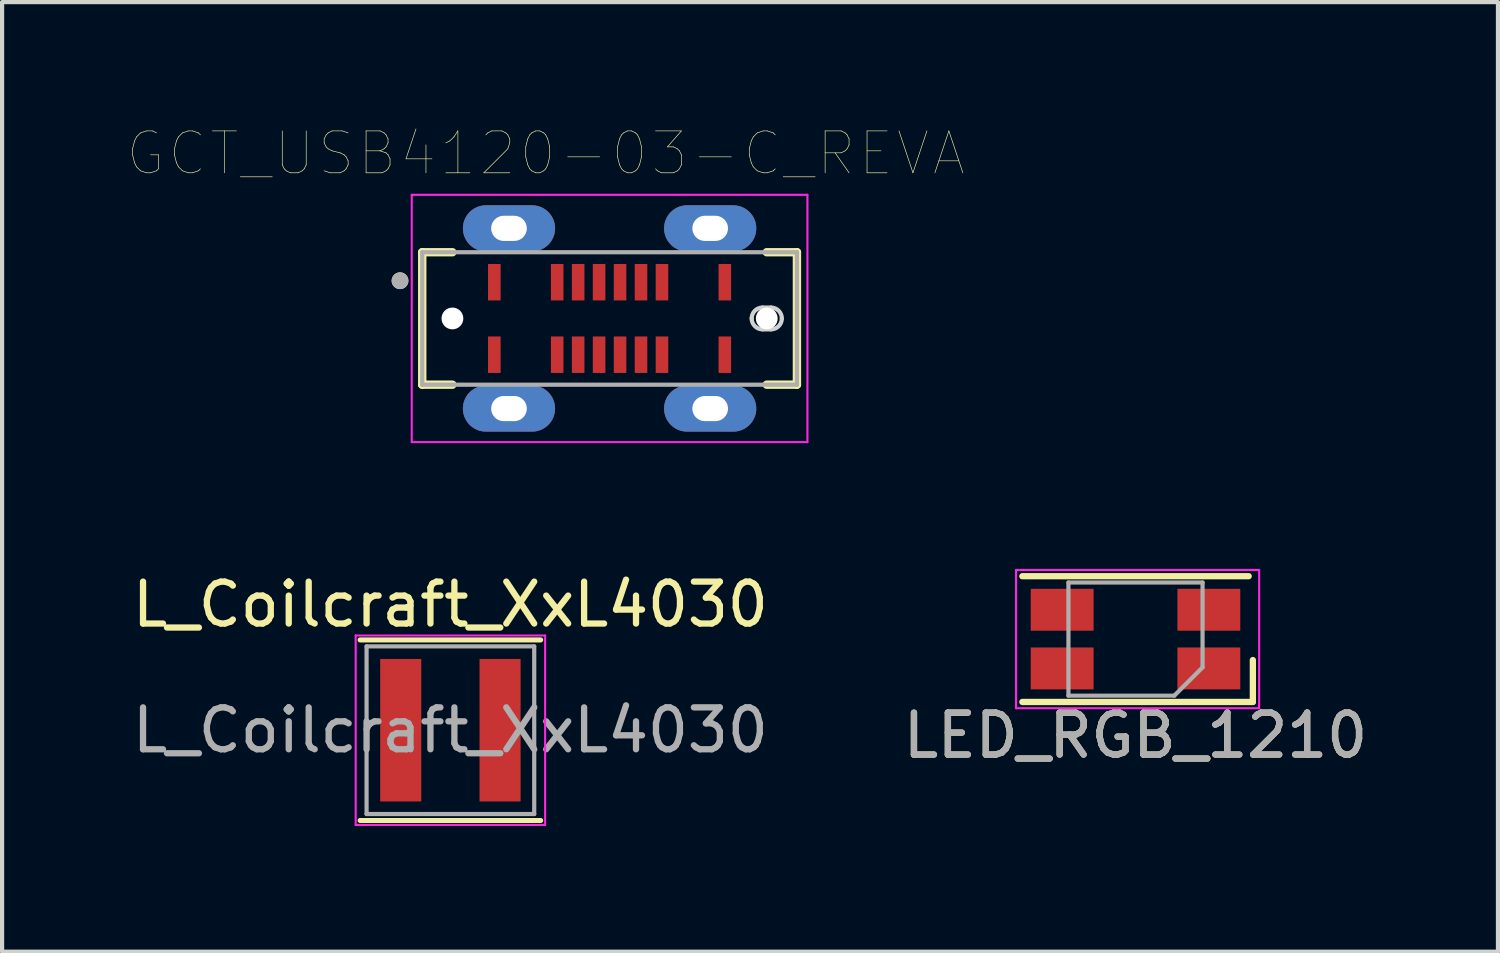
<source format=kicad_pcb>
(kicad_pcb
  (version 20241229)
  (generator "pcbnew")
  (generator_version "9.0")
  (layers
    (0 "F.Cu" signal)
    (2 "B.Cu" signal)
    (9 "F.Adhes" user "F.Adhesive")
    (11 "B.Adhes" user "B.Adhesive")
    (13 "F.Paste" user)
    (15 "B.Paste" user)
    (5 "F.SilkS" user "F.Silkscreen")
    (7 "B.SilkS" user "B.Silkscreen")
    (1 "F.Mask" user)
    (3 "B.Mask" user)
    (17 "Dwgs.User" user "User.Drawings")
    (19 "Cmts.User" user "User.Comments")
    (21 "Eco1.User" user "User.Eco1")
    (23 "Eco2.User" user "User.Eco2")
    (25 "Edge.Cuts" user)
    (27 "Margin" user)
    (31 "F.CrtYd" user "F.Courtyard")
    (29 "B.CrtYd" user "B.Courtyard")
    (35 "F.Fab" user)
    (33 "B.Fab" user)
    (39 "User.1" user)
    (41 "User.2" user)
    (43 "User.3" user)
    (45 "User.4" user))
  (footprint "GCT_USB4120-03-C_REVA"
    (layer "F.Cu")
    (at 11.494 4.548)
    (property "Reference" "GCT_USB4120-03-C_REVA" (at -1.524 -3.937 0) (layer "F.SilkS") (effects (font (size 1 1) (thickness 0.015))))
    (attr through_hole)
    (fp_line (start -4.47 -1.58) (end -4.47 1.58) (stroke (width 0.2) (type solid)) (layer "F.SilkS"))
    (fp_line (start -4.47 1.58) (end -3.75 1.58) (stroke (width 0.2) (type solid)) (layer "F.SilkS"))
    (fp_line (start -3.75 -1.58) (end -4.47 -1.58) (stroke (width 0.2) (type solid)) (layer "F.SilkS"))
    (fp_line (start 3.75 -1.58) (end 4.47 -1.58) (stroke (width 0.2) (type solid)) (layer "F.SilkS"))
    (fp_line (start 4.47 -1.58) (end 4.47 1.58) (stroke (width 0.2) (type solid)) (layer "F.SilkS"))
    (fp_line (start 4.47 1.58) (end 3.75 1.58) (stroke (width 0.2) (type solid)) (layer "F.SilkS"))
    (fp_circle (center -5 -0.9) (end -4.9 -0.9) (stroke (width 0.2) (type solid)) (fill no) (layer "F.SilkS"))
    (fp_line (start 3.65 -0.26) (end 3.85 -0.26) (stroke (width 0.1) (type solid)) (layer "Edge.Cuts"))
    (fp_line (start 3.85 0.26) (end 3.65 0.26) (stroke (width 0.1) (type solid)) (layer "Edge.Cuts"))
    (fp_arc (start 3.39 0) (mid 3.466152 -0.183848) (end 3.65 -0.26) (stroke (width 0.1) (type solid)) (layer "Edge.Cuts"))
    (fp_arc (start 3.65 0.26) (mid 3.466152 0.183848) (end 3.39 0) (stroke (width 0.1) (type solid)) (layer "Edge.Cuts"))
    (fp_arc (start 3.85 -0.26) (mid 4.033848 -0.183848) (end 4.11 0) (stroke (width 0.1) (type solid)) (layer "Edge.Cuts"))
    (fp_arc (start 4.11 0) (mid 4.033848 0.183848) (end 3.85 0.26) (stroke (width 0.1) (type solid)) (layer "Edge.Cuts"))
    (fp_line (start -4.72 -2.95) (end 4.72 -2.95) (stroke (width 0.05) (type solid)) (layer "F.CrtYd"))
    (fp_line (start -4.72 2.95) (end -4.72 -2.95) (stroke (width 0.05) (type solid)) (layer "F.CrtYd"))
    (fp_line (start 4.72 -2.95) (end 4.72 2.95) (stroke (width 0.05) (type solid)) (layer "F.CrtYd"))
    (fp_line (start 4.72 2.95) (end -4.72 2.95) (stroke (width 0.05) (type solid)) (layer "F.CrtYd"))
    (fp_line (start -4.47 -1.58) (end 4.47 -1.58) (stroke (width 0.1) (type solid)) (layer "F.Fab"))
    (fp_line (start -4.47 1.58) (end -4.47 -1.58) (stroke (width 0.1) (type solid)) (layer "F.Fab"))
    (fp_line (start 4.47 -1.58) (end 4.47 1.58) (stroke (width 0.1) (type solid)) (layer "F.Fab"))
    (fp_line (start 4.47 1.58) (end -4.47 1.58) (stroke (width 0.1) (type solid)) (layer "F.Fab"))
    (fp_circle (center -5 -0.9) (end -4.9 -0.9) (stroke (width 0.2) (type solid)) (fill no) (layer "F.Fab"))
    (pad "" np_thru_hole circle (at -3.75 0) (size 0.52 0.52) (drill 0.52) (layers "*.Cu" "*.Mask"))
    (pad "" np_thru_hole circle (at 3.75 0) (size 0.52 0.52) (drill 0.52) (layers "*.Cu" "*.Mask"))
    (pad "A1" smd rect (at -2.75 -0.865) (size 0.3 0.87) (layers "F.Cu" "F.Mask" "F.Paste"))
    (pad "A4" smd rect (at -1.25 -0.865) (size 0.3 0.87) (layers "F.Cu" "F.Mask" "F.Paste"))
    (pad "A5" smd rect (at -0.75 -0.865) (size 0.3 0.87) (layers "F.Cu" "F.Mask" "F.Paste"))
    (pad "A6" smd rect (at -0.25 -0.865) (size 0.3 0.87) (layers "F.Cu" "F.Mask" "F.Paste"))
    (pad "A7" smd rect (at 0.25 -0.865) (size 0.3 0.87) (layers "F.Cu" "F.Mask" "F.Paste"))
    (pad "A8" smd rect (at 0.75 -0.865) (size 0.3 0.87) (layers "F.Cu" "F.Mask" "F.Paste"))
    (pad "A9" smd rect (at 1.25 -0.865) (size 0.3 0.87) (layers "F.Cu" "F.Mask" "F.Paste"))
    (pad "A12" smd rect (at 2.75 -0.865) (size 0.3 0.87) (layers "F.Cu" "F.Mask" "F.Paste"))
    (pad "B1" smd rect (at 2.75 0.865) (size 0.3 0.87) (layers "F.Cu" "F.Mask" "F.Paste"))
    (pad "B4" smd rect (at 1.25 0.865) (size 0.3 0.87) (layers "F.Cu" "F.Mask" "F.Paste"))
    (pad "B5" smd rect (at 0.75 0.865) (size 0.3 0.87) (layers "F.Cu" "F.Mask" "F.Paste"))
    (pad "B6" smd rect (at 0.25 0.865) (size 0.3 0.87) (layers "F.Cu" "F.Mask" "F.Paste"))
    (pad "B7" smd rect (at -0.25 0.865) (size 0.3 0.87) (layers "F.Cu" "F.Mask" "F.Paste"))
    (pad "B8" smd rect (at -0.75 0.865) (size 0.3 0.87) (layers "F.Cu" "F.Mask" "F.Paste"))
    (pad "B9" smd rect (at -1.25 0.865) (size 0.3 0.87) (layers "F.Cu" "F.Mask" "F.Paste"))
    (pad "B12" smd rect (at -2.75 0.865) (size 0.3 0.87) (layers "F.Cu" "F.Mask" "F.Paste"))
    (pad "S1" thru_hole oval (at -2.4 -2.15) (size 2.2 1.1) (drill oval 0.85 0.6) (layers "*.Cu" "*.Mask"))
    (pad "S2" thru_hole oval (at -2.4 2.15) (size 2.2 1.1) (drill oval 0.85 0.6) (layers "*.Cu" "*.Mask"))
    (pad "S3" thru_hole oval (at 2.4 -2.15) (size 2.2 1.1) (drill oval 0.85 0.6) (layers "*.Cu" "*.Mask"))
    (pad "S4" thru_hole oval (at 2.4 2.15) (size 2.2 1.1) (drill oval 0.85 0.6) (layers "*.Cu" "*.Mask")))
  (footprint "L_Coilcraft_XxL4030"
    (layer "F.Cu")
    (at 7.696 14.372)
    (property "Reference" "L_Coilcraft_XxL4030" (at 0 -3 0) (layer "F.SilkS") (effects (font (size 1 1) (thickness 0.15))))
    (attr smd)
    (fp_line (start -2.154 -2.154) (end 2.154 -2.154) (stroke (width 0.12) (type solid)) (layer "F.SilkS"))
    (fp_line (start 2.154 2.154) (end -2.154 2.154) (stroke (width 0.12) (type solid)) (layer "F.SilkS"))
    (fp_line (start -2.26 -2.26) (end 2.26 -2.26) (stroke (width 0.05) (type solid)) (layer "F.CrtYd"))
    (fp_line (start -2.26 2.26) (end -2.26 -2.26) (stroke (width 0.05) (type solid)) (layer "F.CrtYd"))
    (fp_line (start 2.26 -2.26) (end 2.26 2.26) (stroke (width 0.05) (type solid)) (layer "F.CrtYd"))
    (fp_line (start 2.26 2.26) (end -2.26 2.26) (stroke (width 0.05) (type solid)) (layer "F.CrtYd"))
    (fp_line (start -2 -2) (end 2 -2) (stroke (width 0.1) (type solid)) (layer "F.Fab"))
    (fp_line (start -2 2) (end -2 -2) (stroke (width 0.1) (type solid)) (layer "F.Fab"))
    (fp_line (start 2 -2) (end 2 2) (stroke (width 0.1) (type solid)) (layer "F.Fab"))
    (fp_line (start 2 2) (end -2 2) (stroke (width 0.1) (type solid)) (layer "F.Fab"))
    (fp_text user "${REFERENCE}" (at 0 0 0) (layer "F.Fab") (effects (font (size 1 1) (thickness 0.15))))
    (pad "1" smd rect (at -1.185 0) (size 0.98 3.4) (layers "F.Cu" "F.Mask" "F.Paste"))
    (pad "2" smd rect (at 1.185 0) (size 0.98 3.4) (layers "F.Cu" "F.Mask" "F.Paste")))
  (footprint "LED_RGB_1210"
    (layer "F.Cu")
    (at 24.042 12.198)
    (property "Reference" "LED_RGB_1210" (at 0 2.3 180) (layer "F.SilkS") (effects (font (size 1 1) (thickness 0.15))))
    (attr smd)
    (fp_line (start -2.7 -1.5) (end 2.7 -1.5) (stroke (width 0.15) (type solid)) (layer "F.SilkS"))
    (fp_line (start -2.7 1.5) (end 2.8 1.5) (stroke (width 0.15) (type solid)) (layer "F.SilkS"))
    (fp_line (start 2.8 0.5) (end 2.8 1.5) (stroke (width 0.15) (type solid)) (layer "F.SilkS"))
    (fp_line (start -2.85 -1.65) (end -2.85 1.65) (stroke (width 0.05) (type solid)) (layer "F.CrtYd"))
    (fp_line (start -2.85 1.65) (end 2.95 1.65) (stroke (width 0.05) (type solid)) (layer "F.CrtYd"))
    (fp_line (start 2.95 -1.65) (end -2.85 -1.65) (stroke (width 0.05) (type solid)) (layer "F.CrtYd"))
    (fp_line (start 2.95 1.65) (end 2.95 -1.65) (stroke (width 0.05) (type solid)) (layer "F.CrtYd"))
    (fp_line (start -1.6 -1.35) (end 1.6 -1.35) (stroke (width 0.1) (type solid)) (layer "F.Fab"))
    (fp_line (start -1.6 1.35) (end -1.6 -1.35) (stroke (width 0.1) (type solid)) (layer "F.Fab"))
    (fp_line (start 0.925 1.35) (end -1.6 1.35) (stroke (width 0.1) (type solid)) (layer "F.Fab"))
    (fp_line (start 1.6 -1.35) (end 1.6 0.675) (stroke (width 0.1) (type solid)) (layer "F.Fab"))
    (fp_line (start 1.6 0.675) (end 0.925 1.35) (stroke (width 0.1) (type solid)) (layer "F.Fab"))
    (fp_text user "${REFERENCE}" (at 0 2.3 180) (layer "F.Fab") (effects (font (size 1 1) (thickness 0.15))))
    (pad "1" smd rect (at 1.75 0.7) (size 1.5 1) (layers "F.Cu" "F.Mask" "F.Paste"))
    (pad "2" smd rect (at 1.75 -0.7) (size 1.5 1) (layers "F.Cu" "F.Mask" "F.Paste"))
    (pad "3" smd rect (at -1.75 -0.7) (size 1.5 1) (layers "F.Cu" "F.Mask" "F.Paste"))
    (pad "4" smd rect (at -1.75 0.7) (size 1.5 1) (layers "F.Cu" "F.Mask" "F.Paste")))
  (gr_rect
    (start -3 -3)
    (end 32.69 19.657)
    (stroke (width 0.1) (type default))
    (fill no)
    (layer "Edge.Cuts")))
</source>
